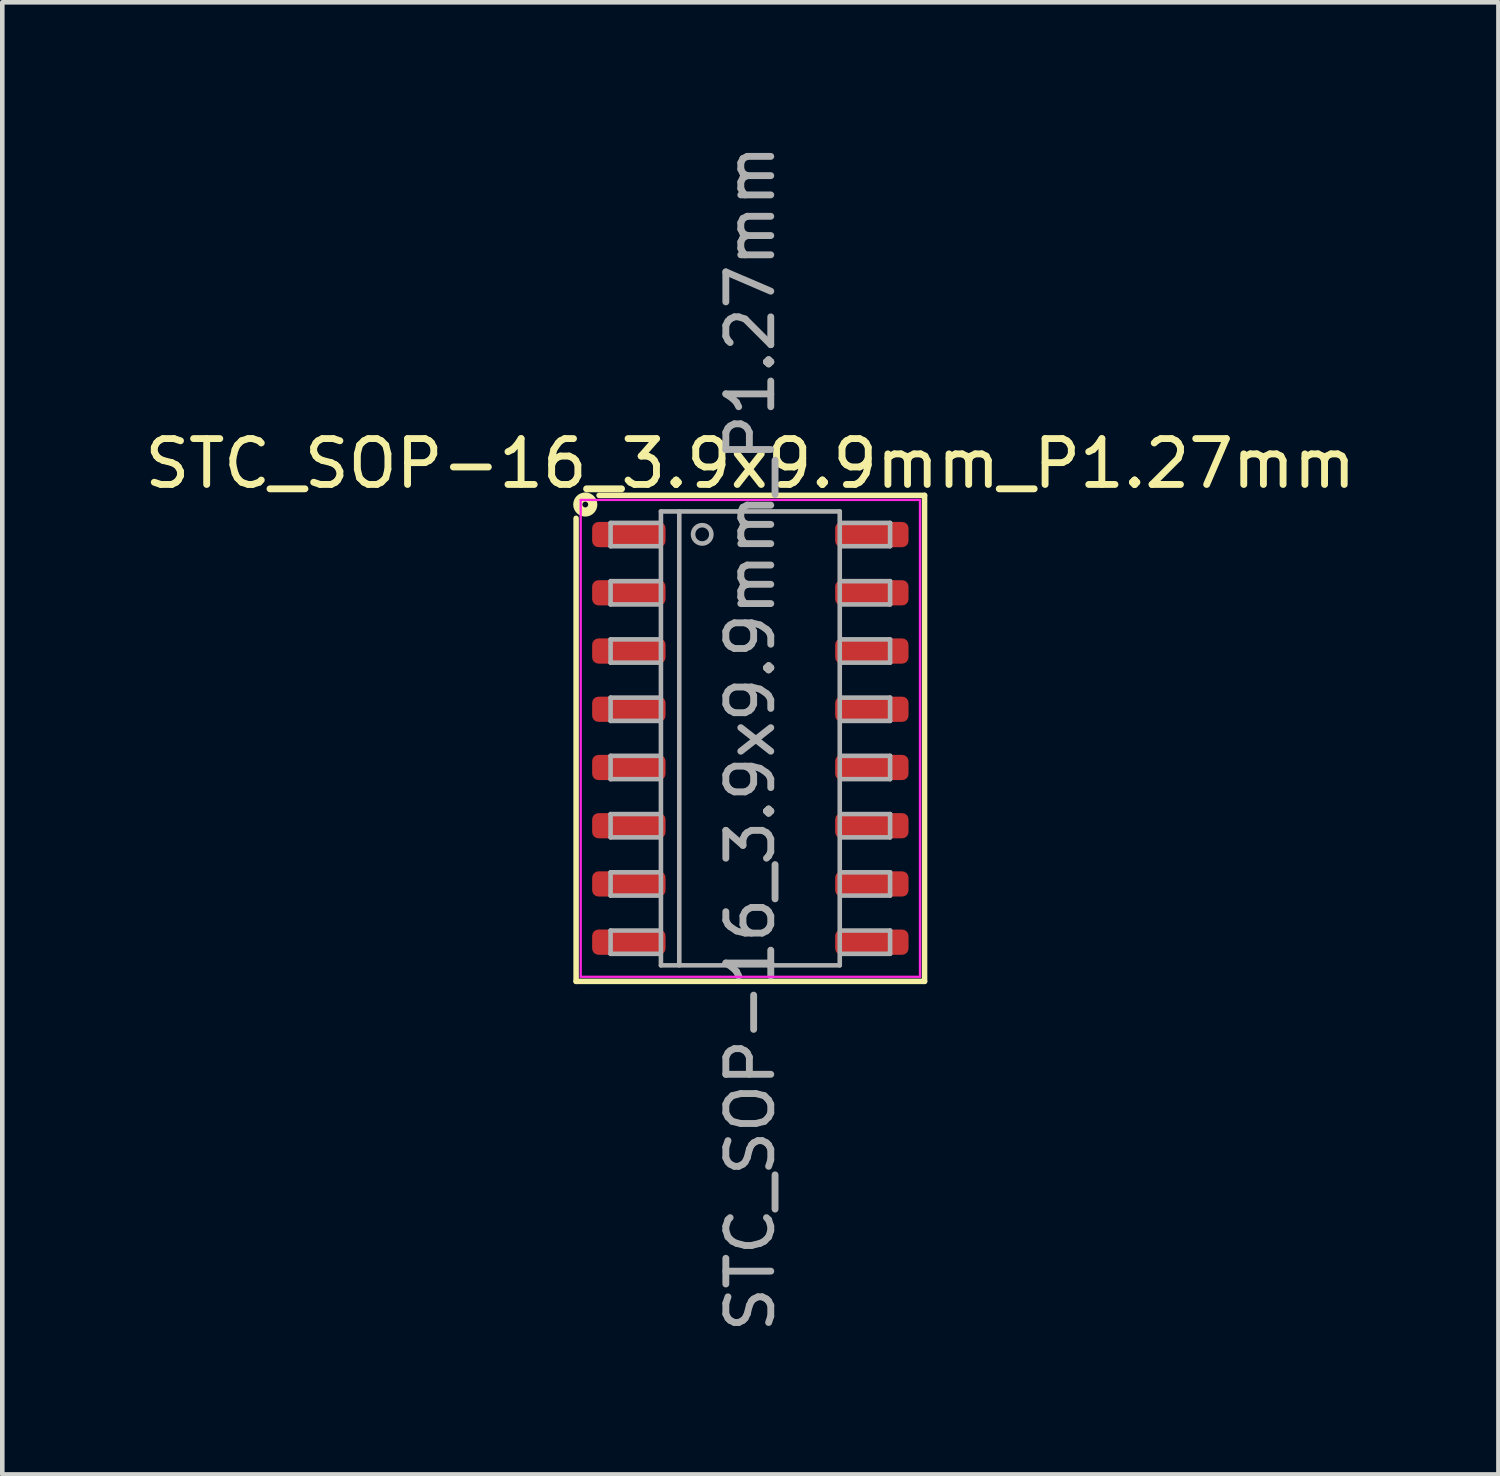
<source format=kicad_pcb>
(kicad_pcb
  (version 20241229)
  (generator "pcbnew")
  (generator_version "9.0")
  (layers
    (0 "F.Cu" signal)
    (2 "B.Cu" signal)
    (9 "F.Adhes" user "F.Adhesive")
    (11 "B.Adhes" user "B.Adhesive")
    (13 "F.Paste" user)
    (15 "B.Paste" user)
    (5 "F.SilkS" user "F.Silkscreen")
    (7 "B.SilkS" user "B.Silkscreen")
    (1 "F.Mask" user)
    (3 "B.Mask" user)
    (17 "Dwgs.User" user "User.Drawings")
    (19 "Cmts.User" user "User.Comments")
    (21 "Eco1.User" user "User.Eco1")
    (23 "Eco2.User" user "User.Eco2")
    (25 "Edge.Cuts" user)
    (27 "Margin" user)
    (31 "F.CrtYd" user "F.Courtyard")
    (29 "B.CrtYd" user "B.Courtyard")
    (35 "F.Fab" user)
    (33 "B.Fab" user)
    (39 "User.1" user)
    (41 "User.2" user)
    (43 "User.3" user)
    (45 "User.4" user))
  (footprint "STC_SOP-16_3.9x9.9mm_P1.27mm"
    (layer "F.Cu")
    (at 13.315 13.054)
    (property "Reference" "STC_SOP-16_3.9x9.9mm_P1.27mm" (at 0 -5.993 0) (layer "F.SilkS") (effects (font (size 1 1) (thickness 0.15))))
    (attr smd)
    (fp_line (start -3.8 -4.8) (end -3.8 5.3) (stroke (width 0.12) (type solid)) (layer "F.SilkS"))
    (fp_line (start -3.8 5.3) (end 3.8 5.3) (stroke (width 0.12) (type solid)) (layer "F.SilkS"))
    (fp_line (start 3.8 -5.3) (end -3.3 -5.3) (stroke (width 0.12) (type solid)) (layer "F.SilkS"))
    (fp_line (start 3.8 5.3) (end 3.8 -5.3) (stroke (width 0.12) (type solid)) (layer "F.SilkS"))
    (fp_circle (center -3.6 -5.1) (end -3.537 -5.1) (stroke (width 0.2) (type solid)) (fill no) (layer "F.SilkS"))
    (fp_line (start -3.7 -5.2) (end -3.7 5.2) (stroke (width 0.05) (type solid)) (layer "F.CrtYd"))
    (fp_line (start -3.7 5.2) (end 3.7 5.2) (stroke (width 0.05) (type solid)) (layer "F.CrtYd"))
    (fp_line (start 3.7 -5.2) (end -3.7 -5.2) (stroke (width 0.05) (type solid)) (layer "F.CrtYd"))
    (fp_line (start 3.7 5.2) (end 3.7 -5.2) (stroke (width 0.05) (type solid)) (layer "F.CrtYd"))
    (fp_line (start -3.048 -4.699) (end -3.048 -4.191) (stroke (width 0.1) (type solid)) (layer "F.Fab"))
    (fp_line (start -3.048 -4.699) (end -1.968 -4.699) (stroke (width 0.1) (type solid)) (layer "F.Fab"))
    (fp_line (start -3.048 -4.191) (end -1.968 -4.191) (stroke (width 0.1) (type solid)) (layer "F.Fab"))
    (fp_line (start -3.048 -3.429) (end -3.048 -2.921) (stroke (width 0.1) (type solid)) (layer "F.Fab"))
    (fp_line (start -3.048 -3.429) (end -1.968 -3.429) (stroke (width 0.1) (type solid)) (layer "F.Fab"))
    (fp_line (start -3.048 -2.921) (end -1.968 -2.921) (stroke (width 0.1) (type solid)) (layer "F.Fab"))
    (fp_line (start -3.048 -2.159) (end -3.048 -1.651) (stroke (width 0.1) (type solid)) (layer "F.Fab"))
    (fp_line (start -3.048 -2.159) (end -1.968 -2.159) (stroke (width 0.1) (type solid)) (layer "F.Fab"))
    (fp_line (start -3.048 -1.651) (end -1.968 -1.651) (stroke (width 0.1) (type solid)) (layer "F.Fab"))
    (fp_line (start -3.048 -0.889) (end -3.048 -0.381) (stroke (width 0.1) (type solid)) (layer "F.Fab"))
    (fp_line (start -3.048 -0.889) (end -1.968 -0.889) (stroke (width 0.1) (type solid)) (layer "F.Fab"))
    (fp_line (start -3.048 -0.381) (end -1.968 -0.381) (stroke (width 0.1) (type solid)) (layer "F.Fab"))
    (fp_line (start -3.048 0.381) (end -3.048 0.889) (stroke (width 0.1) (type solid)) (layer "F.Fab"))
    (fp_line (start -3.048 0.381) (end -1.968 0.381) (stroke (width 0.1) (type solid)) (layer "F.Fab"))
    (fp_line (start -3.048 0.889) (end -1.968 0.889) (stroke (width 0.1) (type solid)) (layer "F.Fab"))
    (fp_line (start -3.048 1.651) (end -3.048 2.159) (stroke (width 0.1) (type solid)) (layer "F.Fab"))
    (fp_line (start -3.048 1.651) (end -1.968 1.651) (stroke (width 0.1) (type solid)) (layer "F.Fab"))
    (fp_line (start -3.048 2.159) (end -1.968 2.159) (stroke (width 0.1) (type solid)) (layer "F.Fab"))
    (fp_line (start -3.048 2.921) (end -3.048 3.429) (stroke (width 0.1) (type solid)) (layer "F.Fab"))
    (fp_line (start -3.048 2.921) (end -1.968 2.921) (stroke (width 0.1) (type solid)) (layer "F.Fab"))
    (fp_line (start -3.048 3.429) (end -1.968 3.429) (stroke (width 0.1) (type solid)) (layer "F.Fab"))
    (fp_line (start -3.048 4.191) (end -3.048 4.699) (stroke (width 0.1) (type solid)) (layer "F.Fab"))
    (fp_line (start -3.048 4.191) (end -1.968 4.191) (stroke (width 0.1) (type solid)) (layer "F.Fab"))
    (fp_line (start -3.048 4.699) (end -1.968 4.699) (stroke (width 0.1) (type solid)) (layer "F.Fab"))
    (fp_line (start -1.95 -4.95) (end 1.95 -4.95) (stroke (width 0.1) (type solid)) (layer "F.Fab"))
    (fp_line (start -1.95 4.95) (end -1.95 -4.95) (stroke (width 0.1) (type solid)) (layer "F.Fab"))
    (fp_line (start -1.55 -4.95) (end -1.55 4.95) (stroke (width 0.1) (type solid)) (layer "F.Fab"))
    (fp_line (start 1.95 -4.95) (end 1.95 4.95) (stroke (width 0.1) (type solid)) (layer "F.Fab"))
    (fp_line (start 1.95 4.95) (end -1.95 4.95) (stroke (width 0.1) (type solid)) (layer "F.Fab"))
    (fp_line (start 3.048 -4.699) (end 1.968 -4.699) (stroke (width 0.1) (type solid)) (layer "F.Fab"))
    (fp_line (start 3.048 -4.191) (end 1.968 -4.191) (stroke (width 0.1) (type solid)) (layer "F.Fab"))
    (fp_line (start 3.048 -4.191) (end 3.048 -4.699) (stroke (width 0.1) (type solid)) (layer "F.Fab"))
    (fp_line (start 3.048 -3.429) (end 1.968 -3.429) (stroke (width 0.1) (type solid)) (layer "F.Fab"))
    (fp_line (start 3.048 -2.921) (end 1.968 -2.921) (stroke (width 0.1) (type solid)) (layer "F.Fab"))
    (fp_line (start 3.048 -2.921) (end 3.048 -3.429) (stroke (width 0.1) (type solid)) (layer "F.Fab"))
    (fp_line (start 3.048 -2.159) (end 1.968 -2.159) (stroke (width 0.1) (type solid)) (layer "F.Fab"))
    (fp_line (start 3.048 -1.651) (end 1.968 -1.651) (stroke (width 0.1) (type solid)) (layer "F.Fab"))
    (fp_line (start 3.048 -1.651) (end 3.048 -2.159) (stroke (width 0.1) (type solid)) (layer "F.Fab"))
    (fp_line (start 3.048 -0.889) (end 1.968 -0.889) (stroke (width 0.1) (type solid)) (layer "F.Fab"))
    (fp_line (start 3.048 -0.381) (end 1.968 -0.381) (stroke (width 0.1) (type solid)) (layer "F.Fab"))
    (fp_line (start 3.048 -0.381) (end 3.048 -0.889) (stroke (width 0.1) (type solid)) (layer "F.Fab"))
    (fp_line (start 3.048 0.381) (end 1.968 0.381) (stroke (width 0.1) (type solid)) (layer "F.Fab"))
    (fp_line (start 3.048 0.889) (end 1.968 0.889) (stroke (width 0.1) (type solid)) (layer "F.Fab"))
    (fp_line (start 3.048 0.889) (end 3.048 0.381) (stroke (width 0.1) (type solid)) (layer "F.Fab"))
    (fp_line (start 3.048 1.651) (end 1.968 1.651) (stroke (width 0.1) (type solid)) (layer "F.Fab"))
    (fp_line (start 3.048 2.159) (end 1.968 2.159) (stroke (width 0.1) (type solid)) (layer "F.Fab"))
    (fp_line (start 3.048 2.159) (end 3.048 1.651) (stroke (width 0.1) (type solid)) (layer "F.Fab"))
    (fp_line (start 3.048 2.921) (end 1.968 2.921) (stroke (width 0.1) (type solid)) (layer "F.Fab"))
    (fp_line (start 3.048 3.429) (end 1.968 3.429) (stroke (width 0.1) (type solid)) (layer "F.Fab"))
    (fp_line (start 3.048 3.429) (end 3.048 2.921) (stroke (width 0.1) (type solid)) (layer "F.Fab"))
    (fp_line (start 3.048 4.191) (end 1.968 4.191) (stroke (width 0.1) (type solid)) (layer "F.Fab"))
    (fp_line (start 3.048 4.699) (end 1.968 4.699) (stroke (width 0.1) (type solid)) (layer "F.Fab"))
    (fp_line (start 3.048 4.699) (end 3.048 4.191) (stroke (width 0.1) (type solid)) (layer "F.Fab"))
    (fp_circle (center -1.05 -4.45) (end -0.85 -4.45) (stroke (width 0.1) (type solid)) (fill no) (layer "F.Fab"))
    (fp_text user "${REFERENCE}" (at 0 0 90) (layer "F.Fab") (effects (font (size 0.98 0.98) (thickness 0.15))))
    (pad "1" smd roundrect (at -2.65 -4.445) (size 1.6 0.55) (layers "F.Cu" "F.Mask" "F.Paste") (roundrect_rratio 0.25))
    (pad "2" smd roundrect (at -2.65 -3.175) (size 1.6 0.55) (layers "F.Cu" "F.Mask" "F.Paste") (roundrect_rratio 0.25))
    (pad "3" smd roundrect (at -2.65 -1.905) (size 1.6 0.55) (layers "F.Cu" "F.Mask" "F.Paste") (roundrect_rratio 0.25))
    (pad "4" smd roundrect (at -2.65 -0.635) (size 1.6 0.55) (layers "F.Cu" "F.Mask" "F.Paste") (roundrect_rratio 0.25))
    (pad "5" smd roundrect (at -2.65 0.635) (size 1.6 0.55) (layers "F.Cu" "F.Mask" "F.Paste") (roundrect_rratio 0.25))
    (pad "6" smd roundrect (at -2.65 1.905) (size 1.6 0.55) (layers "F.Cu" "F.Mask" "F.Paste") (roundrect_rratio 0.25))
    (pad "7" smd roundrect (at -2.65 3.175) (size 1.6 0.55) (layers "F.Cu" "F.Mask" "F.Paste") (roundrect_rratio 0.25))
    (pad "8" smd roundrect (at -2.65 4.445) (size 1.6 0.55) (layers "F.Cu" "F.Mask" "F.Paste") (roundrect_rratio 0.25))
    (pad "9" smd roundrect (at 2.65 4.445) (size 1.6 0.55) (layers "F.Cu" "F.Mask" "F.Paste") (roundrect_rratio 0.25))
    (pad "10" smd roundrect (at 2.65 3.175) (size 1.6 0.55) (layers "F.Cu" "F.Mask" "F.Paste") (roundrect_rratio 0.25))
    (pad "11" smd roundrect (at 2.65 1.905) (size 1.6 0.55) (layers "F.Cu" "F.Mask" "F.Paste") (roundrect_rratio 0.25))
    (pad "12" smd roundrect (at 2.65 0.635) (size 1.6 0.55) (layers "F.Cu" "F.Mask" "F.Paste") (roundrect_rratio 0.25))
    (pad "13" smd roundrect (at 2.65 -0.635) (size 1.6 0.55) (layers "F.Cu" "F.Mask" "F.Paste") (roundrect_rratio 0.25))
    (pad "14" smd roundrect (at 2.65 -1.905) (size 1.6 0.55) (layers "F.Cu" "F.Mask" "F.Paste") (roundrect_rratio 0.25))
    (pad "15" smd roundrect (at 2.65 -3.175) (size 1.6 0.55) (layers "F.Cu" "F.Mask" "F.Paste") (roundrect_rratio 0.25))
    (pad "16" smd roundrect (at 2.65 -4.445) (size 1.6 0.55) (layers "F.Cu" "F.Mask" "F.Paste") (roundrect_rratio 0.25)))
  (gr_rect
    (start -3 -3)
    (end 29.631 29.107)
    (stroke (width 0.1) (type default))
    (fill no)
    (layer "Edge.Cuts")))
</source>
